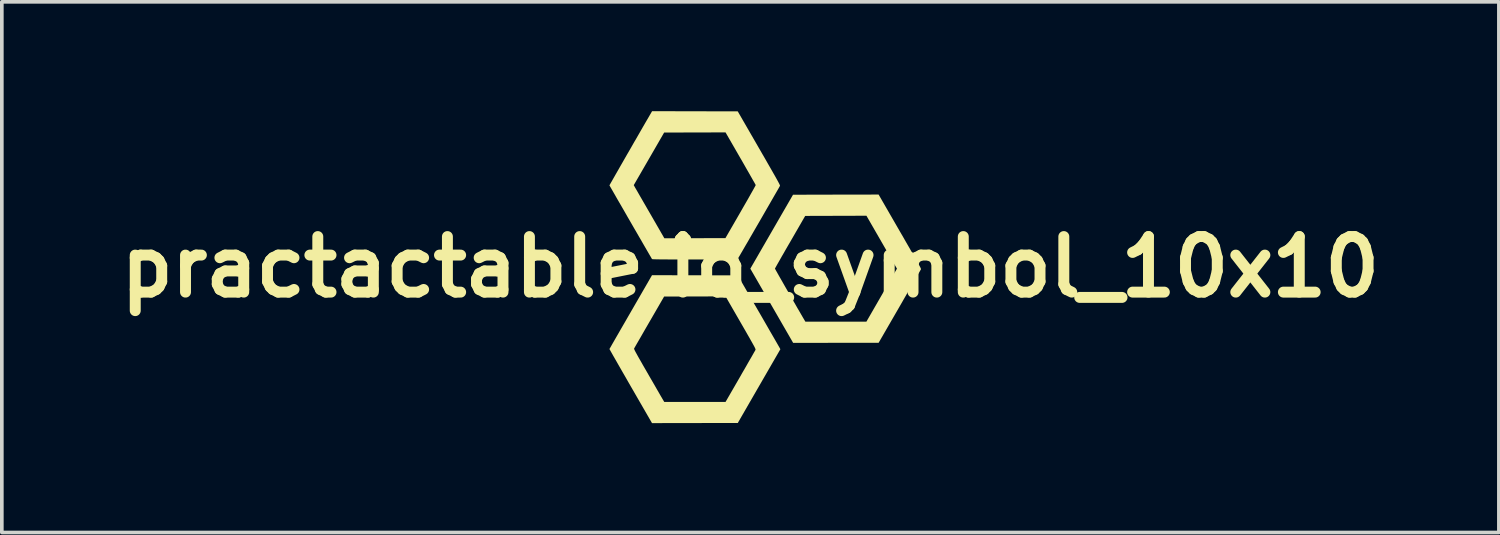
<source format=kicad_pcb>
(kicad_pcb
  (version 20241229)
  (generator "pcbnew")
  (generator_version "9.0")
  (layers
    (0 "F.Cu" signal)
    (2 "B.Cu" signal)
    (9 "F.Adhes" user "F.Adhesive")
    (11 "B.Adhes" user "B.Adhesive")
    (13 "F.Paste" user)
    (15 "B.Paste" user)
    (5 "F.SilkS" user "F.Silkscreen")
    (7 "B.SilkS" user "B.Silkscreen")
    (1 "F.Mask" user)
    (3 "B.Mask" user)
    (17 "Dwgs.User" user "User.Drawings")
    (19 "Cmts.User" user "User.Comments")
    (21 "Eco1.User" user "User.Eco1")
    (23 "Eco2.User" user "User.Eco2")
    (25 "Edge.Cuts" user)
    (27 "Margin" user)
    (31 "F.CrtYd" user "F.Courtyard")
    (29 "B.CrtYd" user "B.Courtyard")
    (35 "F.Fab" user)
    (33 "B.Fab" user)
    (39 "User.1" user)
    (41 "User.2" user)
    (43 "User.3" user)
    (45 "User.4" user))
  (footprint "practactable.io_symbol_10x10"
    (layer "F.Cu")
    (at 17.533 4.274)
    (property "Reference" "practactable.io_symbol_10x10" (at 0 0 0) (layer "F.SilkS") (effects (font (size 1.524 1.524) (thickness 0.3))))
    (attr board_only exclude_from_pos_files exclude_from_bom)
    (fp_poly (pts (xy 4.104 -0.973) (xy 4.192 -0.822) (xy 4.27 -0.685) (xy 4.34 -0.564) (xy 4.402 -0.456) (xy 4.457 -0.361) (xy 4.504 -0.278) (xy 4.544 -0.206) (xy 4.578 -0.145) (xy 4.607 -0.094) (xy 4.63 -0.052) (xy 4.648 -0.018) (xy 4.662 0.009) (xy 4.671 0.03) (xy 4.677 0.045) (xy 4.681 0.055) (xy 4.681 0.06) (xy 4.681 0.061) (xy 4.675 0.072) (xy 4.661 0.098) (xy 4.638 0.138) (xy 4.607 0.192) (xy 4.57 0.257) (xy 4.526 0.334) (xy 4.476 0.421) (xy 4.421 0.517) (xy 4.361 0.621) (xy 4.297 0.732) (xy 4.229 0.85) (xy 4.159 0.973) (xy 4.096 1.082) (xy 3.519 2.08) (xy 1.174 2.081) (xy 0.587 1.063) (xy -0.000195 0.046) (xy 0.001 0.044) (xy 0.675 0.044) (xy 0.68 0.053) (xy 0.693 0.078) (xy 0.714 0.115) (xy 0.742 0.165) (xy 0.776 0.226) (xy 0.816 0.296) (xy 0.861 0.374) (xy 0.909 0.459) (xy 0.961 0.55) (xy 1.015 0.644) (xy 1.07 0.741) (xy 1.127 0.84) (xy 1.184 0.938) (xy 1.24 1.035) (xy 1.294 1.13) (xy 1.347 1.22) (xy 1.396 1.305) (xy 1.441 1.383) (xy 1.459 1.413) (xy 1.51 1.5) (xy 3.184 1.5) (xy 3.603 0.773) (xy 4.022 0.046) (xy 3.185 -1.406) (xy 1.505 -1.401) (xy 1.091 -0.684) (xy 1.029 -0.578) (xy 0.97 -0.476) (xy 0.915 -0.379) (xy 0.863 -0.29) (xy 0.817 -0.208) (xy 0.776 -0.136) (xy 0.741 -0.075) (xy 0.713 -0.025) (xy 0.692 0.013) (xy 0.679 0.036) (xy 0.675 0.044) (xy 0.001 0.044) (xy 0.585 -0.968) (xy 1.171 -1.982) (xy 2.345 -1.985) (xy 3.519 -1.987)) (stroke (width 0) (type solid)) (fill yes) (layer "F.SilkS"))
    (fp_poly (pts (xy -0.344 0.23) (xy 0.222 1.209) (xy 0.295 1.334) (xy 0.365 1.456) (xy 0.432 1.572) (xy 0.495 1.682) (xy 0.554 1.785) (xy 0.609 1.879) (xy 0.658 1.964) (xy 0.701 2.039) (xy 0.738 2.103) (xy 0.767 2.154) (xy 0.789 2.192) (xy 0.802 2.215) (xy 0.806 2.222) (xy 0.824 2.256) (xy 0.24 3.267) (xy -0.344 4.279) (xy -2.697 4.283) (xy -3.282 3.27) (xy -3.355 3.143) (xy -3.425 3.02) (xy -3.493 2.903) (xy -3.556 2.793) (xy -3.615 2.69) (xy -3.669 2.595) (xy -3.718 2.51) (xy -3.761 2.435) (xy -3.797 2.371) (xy -3.826 2.32) (xy -3.847 2.282) (xy -3.86 2.259) (xy -3.865 2.25) (xy -3.86 2.242) (xy -3.86 2.241) (xy -3.189 2.241) (xy -3.187 2.251) (xy -3.181 2.265) (xy -3.172 2.286) (xy -3.158 2.314) (xy -3.139 2.349) (xy -3.114 2.394) (xy -3.084 2.449) (xy -3.046 2.516) (xy -3.001 2.594) (xy -2.949 2.686) (xy -2.888 2.792) (xy -2.83 2.892) (xy -2.771 2.995) (xy -2.713 3.095) (xy -2.658 3.19) (xy -2.606 3.28) (xy -2.559 3.362) (xy -2.516 3.436) (xy -2.48 3.499) (xy -2.45 3.551) (xy -2.427 3.589) (xy -2.413 3.614) (xy -2.412 3.616) (xy -2.361 3.702) (xy -1.52 3.702) (xy -0.68 3.702) (xy -0.276 3.003) (xy -0.216 2.897) (xy -0.157 2.796) (xy -0.102 2.7) (xy -0.051 2.61) (xy -0.004 2.529) (xy 0.038 2.457) (xy 0.073 2.395) (xy 0.101 2.345) (xy 0.123 2.308) (xy 0.136 2.285) (xy 0.14 2.277) (xy 0.142 2.272) (xy 0.143 2.267) (xy 0.142 2.259) (xy 0.14 2.249) (xy 0.134 2.235) (xy 0.126 2.217) (xy 0.114 2.192) (xy 0.097 2.16) (xy 0.075 2.121) (xy 0.048 2.072) (xy 0.015 2.014) (xy -0.024 1.944) (xy -0.071 1.863) (xy -0.125 1.768) (xy -0.188 1.659) (xy -0.259 1.536) (xy -0.263 1.529) (xy -0.68 0.806) (xy -1.522 0.809) (xy -2.365 0.811) (xy -2.772 1.514) (xy -2.833 1.619) (xy -2.892 1.721) (xy -2.947 1.817) (xy -2.998 1.906) (xy -3.045 1.987) (xy -3.086 2.058) (xy -3.122 2.12) (xy -3.15 2.169) (xy -3.171 2.206) (xy -3.184 2.229) (xy -3.188 2.236) (xy -3.189 2.241) (xy -3.86 2.241) (xy -3.846 2.218) (xy -3.824 2.18) (xy -3.795 2.128) (xy -3.758 2.064) (xy -3.715 1.989) (xy -3.666 1.904) (xy -3.611 1.809) (xy -3.552 1.706) (xy -3.488 1.595) (xy -3.42 1.478) (xy -3.35 1.356) (xy -3.28 1.235) (xy -2.697 0.225)) (stroke (width 0) (type solid)) (fill yes) (layer "F.SilkS"))
    (fp_poly (pts (xy -0.345 -4.269) (xy 0.239 -3.257) (xy 0.326 -3.106) (xy 0.405 -2.97) (xy 0.474 -2.849) (xy 0.536 -2.741) (xy 0.59 -2.647) (xy 0.637 -2.564) (xy 0.678 -2.493) (xy 0.712 -2.432) (xy 0.74 -2.381) (xy 0.763 -2.339) (xy 0.781 -2.305) (xy 0.795 -2.279) (xy 0.804 -2.258) (xy 0.81 -2.244) (xy 0.813 -2.234) (xy 0.814 -2.228) (xy 0.813 -2.226) (xy 0.805 -2.211) (xy 0.788 -2.181) (xy 0.764 -2.138) (xy 0.732 -2.083) (xy 0.694 -2.017) (xy 0.65 -1.941) (xy 0.601 -1.856) (xy 0.548 -1.764) (xy 0.492 -1.666) (xy 0.432 -1.563) (xy 0.371 -1.456) (xy 0.308 -1.347) (xy 0.244 -1.236) (xy 0.18 -1.126) (xy 0.116 -1.016) (xy 0.054 -0.908) (xy -0.006 -0.805) (xy -0.063 -0.705) (xy -0.118 -0.612) (xy -0.168 -0.526) (xy -0.213 -0.448) (xy -0.253 -0.38) (xy -0.286 -0.322) (xy -0.313 -0.277) (xy -0.332 -0.244) (xy -0.343 -0.226) (xy -0.345 -0.223) (xy -0.348 -0.22) (xy -0.353 -0.218) (xy -0.36 -0.216) (xy -0.372 -0.214) (xy -0.389 -0.213) (xy -0.411 -0.212) (xy -0.441 -0.21) (xy -0.478 -0.209) (xy -0.524 -0.209) (xy -0.58 -0.208) (xy -0.646 -0.207) (xy -0.725 -0.207) (xy -0.816 -0.207) (xy -0.92 -0.207) (xy -1.04 -0.206) (xy -1.175 -0.206) (xy -1.327 -0.206) (xy -1.496 -0.206) (xy -1.523 -0.206) (xy -1.702 -0.206) (xy -1.863 -0.206) (xy -2.007 -0.207) (xy -2.134 -0.207) (xy -2.246 -0.207) (xy -2.343 -0.208) (xy -2.427 -0.208) (xy -2.497 -0.209) (xy -2.556 -0.21) (xy -2.603 -0.211) (xy -2.639 -0.212) (xy -2.666 -0.213) (xy -2.684 -0.215) (xy -2.694 -0.217) (xy -2.697 -0.218) (xy -2.703 -0.227) (xy -2.717 -0.252) (xy -2.739 -0.29) (xy -2.769 -0.34) (xy -2.805 -0.403) (xy -2.847 -0.475) (xy -2.894 -0.556) (xy -2.946 -0.646) (xy -3.001 -0.742) (xy -3.06 -0.843) (xy -3.121 -0.949) (xy -3.184 -1.057) (xy -3.248 -1.168) (xy -3.312 -1.279) (xy -3.376 -1.389) (xy -3.438 -1.498) (xy -3.499 -1.604) (xy -3.558 -1.706) (xy -3.614 -1.802) (xy -3.666 -1.892) (xy -3.713 -1.975) (xy -3.755 -2.048) (xy -3.791 -2.111) (xy -3.821 -2.163) (xy -3.844 -2.203) (xy -3.858 -2.228) (xy -3.864 -2.239) (xy -3.864 -2.239) (xy -3.862 -2.245) (xy -3.198 -2.245) (xy -3.182 -2.217) (xy -3.175 -2.204) (xy -3.16 -2.177) (xy -3.136 -2.136) (xy -3.105 -2.083) (xy -3.068 -2.018) (xy -3.025 -1.943) (xy -2.976 -1.859) (xy -2.924 -1.768) (xy -2.867 -1.67) (xy -2.808 -1.567) (xy -2.762 -1.488) (xy -2.358 -0.787) (xy -1.52 -0.79) (xy -0.683 -0.792) (xy -0.266 -1.514) (xy -0.205 -1.621) (xy -0.146 -1.723) (xy -0.09 -1.82) (xy -0.039 -1.91) (xy 0.007 -1.992) (xy 0.048 -2.064) (xy 0.083 -2.126) (xy 0.111 -2.177) (xy 0.132 -2.215) (xy 0.144 -2.239) (xy 0.148 -2.248) (xy 0.143 -2.257) (xy 0.129 -2.282) (xy 0.108 -2.321) (xy 0.078 -2.372) (xy 0.043 -2.435) (xy 0.001 -2.508) (xy -0.046 -2.591) (xy -0.098 -2.681) (xy -0.153 -2.778) (xy -0.212 -2.881) (xy -0.267 -2.976) (xy -0.68 -3.692) (xy -1.522 -3.69) (xy -2.364 -3.688) (xy -2.781 -2.966) (xy -3.198 -2.245) (xy -3.862 -2.245) (xy -3.86 -2.248) (xy -3.847 -2.272) (xy -3.826 -2.309) (xy -3.797 -2.359) (xy -3.762 -2.421) (xy -3.721 -2.493) (xy -3.674 -2.575) (xy -3.623 -2.664) (xy -3.568 -2.761) (xy -3.509 -2.863) (xy -3.448 -2.97) (xy -3.385 -3.08) (xy -3.32 -3.192) (xy -3.255 -3.305) (xy -3.19 -3.419) (xy -3.125 -3.53) (xy -3.062 -3.64) (xy -3.001 -3.746) (xy -2.943 -3.847) (xy -2.888 -3.942) (xy -2.837 -4.03) (xy -2.79 -4.11) (xy -2.749 -4.181) (xy -2.737 -4.201) (xy -2.695 -4.274)) (stroke (width 0) (type solid)) (fill yes) (layer "F.SilkS")))
  (gr_rect
    (start -3 -3)
    (end 38.067 11.557)
    (stroke (width 0.1) (type default))
    (fill no)
    (layer "Edge.Cuts")))
</source>
